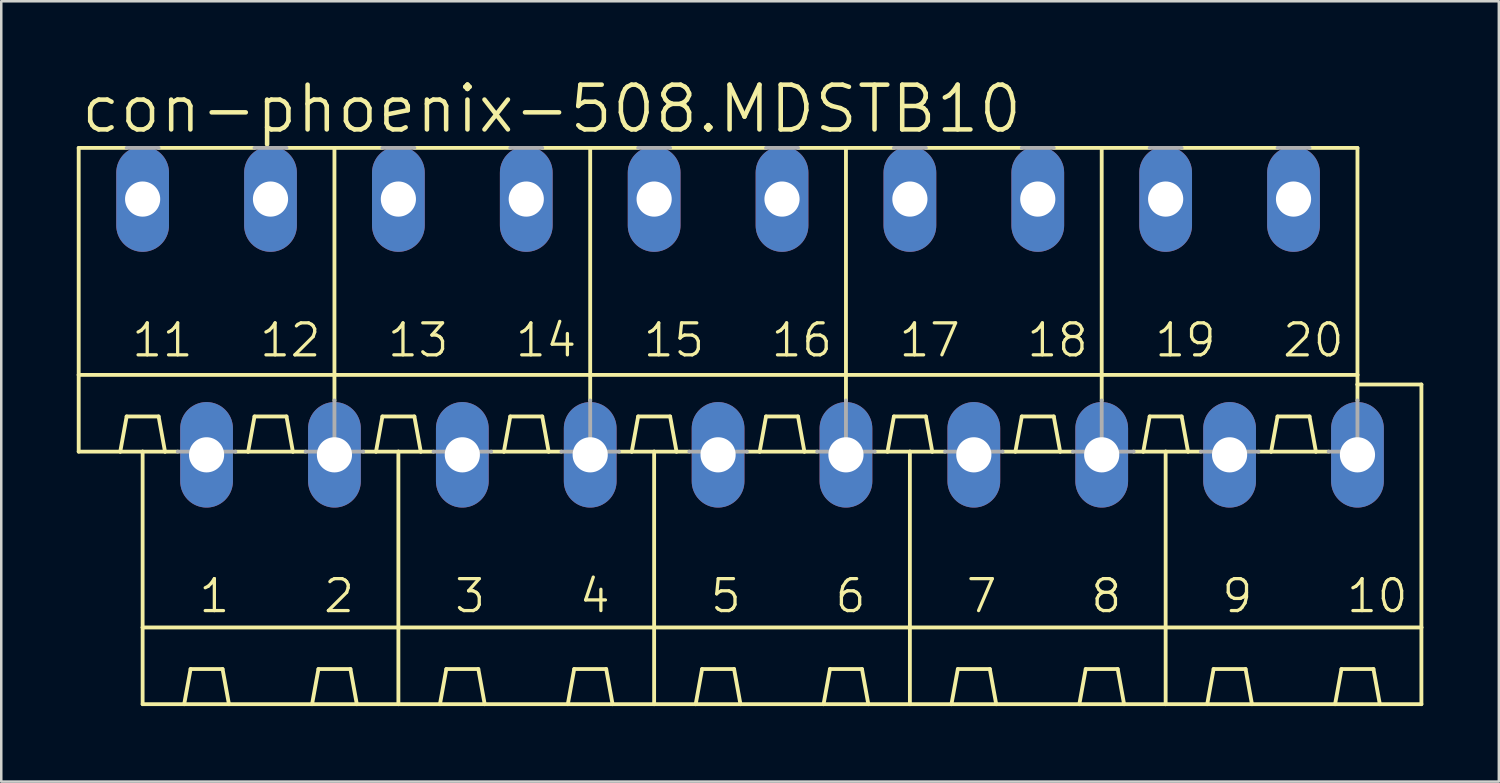
<source format=kicad_pcb>
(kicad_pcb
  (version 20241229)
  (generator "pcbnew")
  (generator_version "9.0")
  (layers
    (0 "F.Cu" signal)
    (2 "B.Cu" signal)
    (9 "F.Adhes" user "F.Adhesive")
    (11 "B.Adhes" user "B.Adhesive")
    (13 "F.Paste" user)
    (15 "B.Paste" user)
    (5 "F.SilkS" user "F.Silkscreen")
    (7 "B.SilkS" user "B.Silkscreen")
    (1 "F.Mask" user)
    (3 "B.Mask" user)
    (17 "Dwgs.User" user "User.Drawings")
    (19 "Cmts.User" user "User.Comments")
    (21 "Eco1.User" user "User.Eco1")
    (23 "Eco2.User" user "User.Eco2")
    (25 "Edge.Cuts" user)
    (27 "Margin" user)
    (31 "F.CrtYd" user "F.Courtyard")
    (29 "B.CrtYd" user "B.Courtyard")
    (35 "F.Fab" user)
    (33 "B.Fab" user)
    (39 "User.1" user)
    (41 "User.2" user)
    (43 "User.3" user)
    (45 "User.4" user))
  (footprint "con-phoenix-508.MDSTB10"
    (layer "F.Cu")
    (at 26.746 9.938)
    (property "Reference" "con-phoenix-508.MDSTB10" (at -26.67 -7.62 0) (layer "F.SilkS") (effects (font (size 1.778 1.778) (thickness 0.18)) (justify left bottom)))
    (attr through_hole)
    (fp_line (start -26.67 -7.112) (end -26.67 1.905) (stroke (width 0.152) (type default)) (layer "F.SilkS"))
    (fp_line (start -26.67 -7.112) (end -24.765 -7.112) (stroke (width 0.152) (type default)) (layer "F.SilkS"))
    (fp_line (start -26.67 1.905) (end -26.67 4.953) (stroke (width 0.152) (type default)) (layer "F.SilkS"))
    (fp_line (start -26.67 1.905) (end -16.51 1.905) (stroke (width 0.152) (type default)) (layer "F.SilkS"))
    (fp_line (start -26.67 4.953) (end -25.019 4.953) (stroke (width 0.152) (type default)) (layer "F.SilkS"))
    (fp_line (start -25.019 4.953) (end -24.765 3.556) (stroke (width 0.152) (type default)) (layer "F.SilkS"))
    (fp_line (start -25.019 4.953) (end -24.13 4.953) (stroke (width 0.152) (type default)) (layer "F.SilkS"))
    (fp_line (start -24.765 3.556) (end -23.495 3.556) (stroke (width 0.152) (type default)) (layer "F.SilkS"))
    (fp_line (start -24.13 4.953) (end -23.241 4.953) (stroke (width 0.152) (type default)) (layer "F.SilkS"))
    (fp_line (start -24.13 11.938) (end -24.13 4.953) (stroke (width 0.152) (type default)) (layer "F.SilkS"))
    (fp_line (start -24.13 11.938) (end -13.97 11.938) (stroke (width 0.152) (type default)) (layer "F.SilkS"))
    (fp_line (start -24.13 14.986) (end -24.13 11.938) (stroke (width 0.152) (type default)) (layer "F.SilkS"))
    (fp_line (start -24.13 14.986) (end -22.479 14.986) (stroke (width 0.152) (type default)) (layer "F.SilkS"))
    (fp_line (start -23.495 -7.112) (end -19.685 -7.112) (stroke (width 0.152) (type default)) (layer "F.SilkS"))
    (fp_line (start -23.495 3.556) (end -23.241 4.953) (stroke (width 0.152) (type default)) (layer "F.SilkS"))
    (fp_line (start -22.733 4.953) (end -23.241 4.953) (stroke (width 0.152) (type default)) (layer "F.SilkS"))
    (fp_line (start -22.479 14.986) (end -22.225 13.589) (stroke (width 0.152) (type default)) (layer "F.SilkS"))
    (fp_line (start -22.479 14.986) (end -20.701 14.986) (stroke (width 0.152) (type default)) (layer "F.SilkS"))
    (fp_line (start -22.225 13.589) (end -20.955 13.589) (stroke (width 0.152) (type default)) (layer "F.SilkS"))
    (fp_line (start -20.955 13.589) (end -20.701 14.986) (stroke (width 0.152) (type default)) (layer "F.SilkS"))
    (fp_line (start -20.701 14.986) (end -17.399 14.986) (stroke (width 0.152) (type default)) (layer "F.SilkS"))
    (fp_line (start -19.939 4.953) (end -20.447 4.953) (stroke (width 0.152) (type default)) (layer "F.SilkS"))
    (fp_line (start -19.939 4.953) (end -19.685 3.556) (stroke (width 0.152) (type default)) (layer "F.SilkS"))
    (fp_line (start -19.939 4.953) (end -18.161 4.953) (stroke (width 0.152) (type default)) (layer "F.SilkS"))
    (fp_line (start -19.685 3.556) (end -18.415 3.556) (stroke (width 0.152) (type default)) (layer "F.SilkS"))
    (fp_line (start -18.415 -7.112) (end -16.51 -7.112) (stroke (width 0.152) (type default)) (layer "F.SilkS"))
    (fp_line (start -18.415 3.556) (end -18.161 4.953) (stroke (width 0.152) (type default)) (layer "F.SilkS"))
    (fp_line (start -18.161 4.953) (end -17.653 4.953) (stroke (width 0.152) (type default)) (layer "F.SilkS"))
    (fp_line (start -17.399 14.986) (end -17.145 13.589) (stroke (width 0.152) (type default)) (layer "F.SilkS"))
    (fp_line (start -17.399 14.986) (end -15.621 14.986) (stroke (width 0.152) (type default)) (layer "F.SilkS"))
    (fp_line (start -17.145 13.589) (end -15.875 13.589) (stroke (width 0.152) (type default)) (layer "F.SilkS"))
    (fp_line (start -16.51 -7.112) (end -16.51 1.905) (stroke (width 0.152) (type default)) (layer "F.SilkS"))
    (fp_line (start -16.51 -7.112) (end -14.605 -7.112) (stroke (width 0.152) (type default)) (layer "F.SilkS"))
    (fp_line (start -16.51 1.905) (end -16.51 2.921) (stroke (width 0.152) (type default)) (layer "F.SilkS"))
    (fp_line (start -16.51 1.905) (end -6.35 1.905) (stroke (width 0.152) (type default)) (layer "F.SilkS"))
    (fp_line (start -15.875 13.589) (end -15.621 14.986) (stroke (width 0.152) (type default)) (layer "F.SilkS"))
    (fp_line (start -15.621 14.986) (end -13.97 14.986) (stroke (width 0.152) (type default)) (layer "F.SilkS"))
    (fp_line (start -14.859 4.953) (end -15.367 4.953) (stroke (width 0.152) (type default)) (layer "F.SilkS"))
    (fp_line (start -14.859 4.953) (end -14.605 3.556) (stroke (width 0.152) (type default)) (layer "F.SilkS"))
    (fp_line (start -14.859 4.953) (end -13.97 4.953) (stroke (width 0.152) (type default)) (layer "F.SilkS"))
    (fp_line (start -14.605 3.556) (end -13.335 3.556) (stroke (width 0.152) (type default)) (layer "F.SilkS"))
    (fp_line (start -13.97 4.953) (end -13.081 4.953) (stroke (width 0.152) (type default)) (layer "F.SilkS"))
    (fp_line (start -13.97 11.938) (end -13.97 4.953) (stroke (width 0.152) (type default)) (layer "F.SilkS"))
    (fp_line (start -13.97 11.938) (end -3.81 11.938) (stroke (width 0.152) (type default)) (layer "F.SilkS"))
    (fp_line (start -13.97 14.986) (end -13.97 11.938) (stroke (width 0.152) (type default)) (layer "F.SilkS"))
    (fp_line (start -13.97 14.986) (end -12.319 14.986) (stroke (width 0.152) (type default)) (layer "F.SilkS"))
    (fp_line (start -13.335 -7.112) (end -9.525 -7.112) (stroke (width 0.152) (type default)) (layer "F.SilkS"))
    (fp_line (start -13.335 3.556) (end -13.081 4.953) (stroke (width 0.152) (type default)) (layer "F.SilkS"))
    (fp_line (start -12.573 4.953) (end -13.081 4.953) (stroke (width 0.152) (type default)) (layer "F.SilkS"))
    (fp_line (start -12.319 14.986) (end -12.065 13.589) (stroke (width 0.152) (type default)) (layer "F.SilkS"))
    (fp_line (start -12.319 14.986) (end -10.541 14.986) (stroke (width 0.152) (type default)) (layer "F.SilkS"))
    (fp_line (start -12.065 13.589) (end -10.795 13.589) (stroke (width 0.152) (type default)) (layer "F.SilkS"))
    (fp_line (start -10.795 13.589) (end -10.541 14.986) (stroke (width 0.152) (type default)) (layer "F.SilkS"))
    (fp_line (start -10.541 14.986) (end -7.239 14.986) (stroke (width 0.152) (type default)) (layer "F.SilkS"))
    (fp_line (start -9.779 4.953) (end -10.287 4.953) (stroke (width 0.152) (type default)) (layer "F.SilkS"))
    (fp_line (start -9.779 4.953) (end -9.525 3.556) (stroke (width 0.152) (type default)) (layer "F.SilkS"))
    (fp_line (start -9.779 4.953) (end -8.001 4.953) (stroke (width 0.152) (type default)) (layer "F.SilkS"))
    (fp_line (start -9.525 3.556) (end -8.255 3.556) (stroke (width 0.152) (type default)) (layer "F.SilkS"))
    (fp_line (start -8.255 -7.112) (end -6.35 -7.112) (stroke (width 0.152) (type default)) (layer "F.SilkS"))
    (fp_line (start -8.255 3.556) (end -8.001 4.953) (stroke (width 0.152) (type default)) (layer "F.SilkS"))
    (fp_line (start -8.001 4.953) (end -7.493 4.953) (stroke (width 0.152) (type default)) (layer "F.SilkS"))
    (fp_line (start -7.239 14.986) (end -6.985 13.589) (stroke (width 0.152) (type default)) (layer "F.SilkS"))
    (fp_line (start -7.239 14.986) (end -5.461 14.986) (stroke (width 0.152) (type default)) (layer "F.SilkS"))
    (fp_line (start -6.985 13.589) (end -5.715 13.589) (stroke (width 0.152) (type default)) (layer "F.SilkS"))
    (fp_line (start -6.35 -7.112) (end -6.35 1.905) (stroke (width 0.152) (type default)) (layer "F.SilkS"))
    (fp_line (start -6.35 -7.112) (end -4.445 -7.112) (stroke (width 0.152) (type default)) (layer "F.SilkS"))
    (fp_line (start -6.35 1.905) (end -6.35 2.921) (stroke (width 0.152) (type default)) (layer "F.SilkS"))
    (fp_line (start -6.35 1.905) (end 3.81 1.905) (stroke (width 0.152) (type default)) (layer "F.SilkS"))
    (fp_line (start -5.715 13.589) (end -5.461 14.986) (stroke (width 0.152) (type default)) (layer "F.SilkS"))
    (fp_line (start -5.461 14.986) (end -3.81 14.986) (stroke (width 0.152) (type default)) (layer "F.SilkS"))
    (fp_line (start -5.207 4.953) (end -4.699 4.953) (stroke (width 0.152) (type default)) (layer "F.SilkS"))
    (fp_line (start -4.699 4.953) (end -4.445 3.556) (stroke (width 0.152) (type default)) (layer "F.SilkS"))
    (fp_line (start -4.699 4.953) (end -3.81 4.953) (stroke (width 0.152) (type default)) (layer "F.SilkS"))
    (fp_line (start -4.445 3.556) (end -3.175 3.556) (stroke (width 0.152) (type default)) (layer "F.SilkS"))
    (fp_line (start -3.81 4.953) (end -2.921 4.953) (stroke (width 0.152) (type default)) (layer "F.SilkS"))
    (fp_line (start -3.81 11.938) (end -3.81 4.953) (stroke (width 0.152) (type default)) (layer "F.SilkS"))
    (fp_line (start -3.81 11.938) (end 6.35 11.938) (stroke (width 0.152) (type default)) (layer "F.SilkS"))
    (fp_line (start -3.81 14.986) (end -3.81 11.938) (stroke (width 0.152) (type default)) (layer "F.SilkS"))
    (fp_line (start -3.81 14.986) (end -2.159 14.986) (stroke (width 0.152) (type default)) (layer "F.SilkS"))
    (fp_line (start -3.175 -7.112) (end 0.635 -7.112) (stroke (width 0.152) (type default)) (layer "F.SilkS"))
    (fp_line (start -3.175 3.556) (end -2.921 4.953) (stroke (width 0.152) (type default)) (layer "F.SilkS"))
    (fp_line (start -2.413 4.953) (end -2.921 4.953) (stroke (width 0.152) (type default)) (layer "F.SilkS"))
    (fp_line (start -2.159 14.986) (end -1.905 13.589) (stroke (width 0.152) (type default)) (layer "F.SilkS"))
    (fp_line (start -2.159 14.986) (end -0.381 14.986) (stroke (width 0.152) (type default)) (layer "F.SilkS"))
    (fp_line (start -1.905 13.589) (end -0.635 13.589) (stroke (width 0.152) (type default)) (layer "F.SilkS"))
    (fp_line (start -0.635 13.589) (end -0.381 14.986) (stroke (width 0.152) (type default)) (layer "F.SilkS"))
    (fp_line (start -0.381 14.986) (end 2.921 14.986) (stroke (width 0.152) (type default)) (layer "F.SilkS"))
    (fp_line (start 0.381 4.953) (end -0.127 4.953) (stroke (width 0.152) (type default)) (layer "F.SilkS"))
    (fp_line (start 0.381 4.953) (end 0.635 3.556) (stroke (width 0.152) (type default)) (layer "F.SilkS"))
    (fp_line (start 0.381 4.953) (end 2.159 4.953) (stroke (width 0.152) (type default)) (layer "F.SilkS"))
    (fp_line (start 0.635 3.556) (end 1.905 3.556) (stroke (width 0.152) (type default)) (layer "F.SilkS"))
    (fp_line (start 1.905 -7.112) (end 3.81 -7.112) (stroke (width 0.152) (type default)) (layer "F.SilkS"))
    (fp_line (start 1.905 3.556) (end 2.159 4.953) (stroke (width 0.152) (type default)) (layer "F.SilkS"))
    (fp_line (start 2.159 4.953) (end 2.667 4.953) (stroke (width 0.152) (type default)) (layer "F.SilkS"))
    (fp_line (start 2.921 14.986) (end 3.175 13.589) (stroke (width 0.152) (type default)) (layer "F.SilkS"))
    (fp_line (start 2.921 14.986) (end 4.699 14.986) (stroke (width 0.152) (type default)) (layer "F.SilkS"))
    (fp_line (start 3.175 13.589) (end 4.445 13.589) (stroke (width 0.152) (type default)) (layer "F.SilkS"))
    (fp_line (start 3.81 -7.112) (end 3.81 1.905) (stroke (width 0.152) (type default)) (layer "F.SilkS"))
    (fp_line (start 3.81 -7.112) (end 5.715 -7.112) (stroke (width 0.152) (type default)) (layer "F.SilkS"))
    (fp_line (start 3.81 1.905) (end 3.81 2.921) (stroke (width 0.152) (type default)) (layer "F.SilkS"))
    (fp_line (start 3.81 1.905) (end 13.97 1.905) (stroke (width 0.152) (type default)) (layer "F.SilkS"))
    (fp_line (start 4.445 13.589) (end 4.699 14.986) (stroke (width 0.152) (type default)) (layer "F.SilkS"))
    (fp_line (start 4.699 14.986) (end 6.35 14.986) (stroke (width 0.152) (type default)) (layer "F.SilkS"))
    (fp_line (start 4.953 4.953) (end 5.461 4.953) (stroke (width 0.152) (type default)) (layer "F.SilkS"))
    (fp_line (start 5.461 4.953) (end 5.715 3.556) (stroke (width 0.152) (type default)) (layer "F.SilkS"))
    (fp_line (start 5.461 4.953) (end 6.35 4.953) (stroke (width 0.152) (type default)) (layer "F.SilkS"))
    (fp_line (start 5.715 3.556) (end 6.985 3.556) (stroke (width 0.152) (type default)) (layer "F.SilkS"))
    (fp_line (start 6.35 4.953) (end 7.239 4.953) (stroke (width 0.152) (type default)) (layer "F.SilkS"))
    (fp_line (start 6.35 11.938) (end 6.35 4.953) (stroke (width 0.152) (type default)) (layer "F.SilkS"))
    (fp_line (start 6.35 11.938) (end 16.51 11.938) (stroke (width 0.152) (type default)) (layer "F.SilkS"))
    (fp_line (start 6.35 14.986) (end 6.35 11.938) (stroke (width 0.152) (type default)) (layer "F.SilkS"))
    (fp_line (start 6.35 14.986) (end 8.001 14.986) (stroke (width 0.152) (type default)) (layer "F.SilkS"))
    (fp_line (start 6.985 -7.112) (end 10.795 -7.112) (stroke (width 0.152) (type default)) (layer "F.SilkS"))
    (fp_line (start 6.985 3.556) (end 7.239 4.953) (stroke (width 0.152) (type default)) (layer "F.SilkS"))
    (fp_line (start 7.747 4.953) (end 7.239 4.953) (stroke (width 0.152) (type default)) (layer "F.SilkS"))
    (fp_line (start 8.001 14.986) (end 8.255 13.589) (stroke (width 0.152) (type default)) (layer "F.SilkS"))
    (fp_line (start 8.001 14.986) (end 9.779 14.986) (stroke (width 0.152) (type default)) (layer "F.SilkS"))
    (fp_line (start 8.255 13.589) (end 9.525 13.589) (stroke (width 0.152) (type default)) (layer "F.SilkS"))
    (fp_line (start 9.525 13.589) (end 9.779 14.986) (stroke (width 0.152) (type default)) (layer "F.SilkS"))
    (fp_line (start 9.779 14.986) (end 13.081 14.986) (stroke (width 0.152) (type default)) (layer "F.SilkS"))
    (fp_line (start 10.541 4.953) (end 10.033 4.953) (stroke (width 0.152) (type default)) (layer "F.SilkS"))
    (fp_line (start 10.541 4.953) (end 10.795 3.556) (stroke (width 0.152) (type default)) (layer "F.SilkS"))
    (fp_line (start 10.541 4.953) (end 12.319 4.953) (stroke (width 0.152) (type default)) (layer "F.SilkS"))
    (fp_line (start 10.795 3.556) (end 12.065 3.556) (stroke (width 0.152) (type default)) (layer "F.SilkS"))
    (fp_line (start 12.065 -7.112) (end 13.97 -7.112) (stroke (width 0.152) (type default)) (layer "F.SilkS"))
    (fp_line (start 12.065 3.556) (end 12.319 4.953) (stroke (width 0.152) (type default)) (layer "F.SilkS"))
    (fp_line (start 12.319 4.953) (end 12.827 4.953) (stroke (width 0.152) (type default)) (layer "F.SilkS"))
    (fp_line (start 13.081 14.986) (end 13.335 13.589) (stroke (width 0.152) (type default)) (layer "F.SilkS"))
    (fp_line (start 13.081 14.986) (end 14.859 14.986) (stroke (width 0.152) (type default)) (layer "F.SilkS"))
    (fp_line (start 13.335 13.589) (end 14.605 13.589) (stroke (width 0.152) (type default)) (layer "F.SilkS"))
    (fp_line (start 13.97 -7.112) (end 13.97 1.905) (stroke (width 0.152) (type default)) (layer "F.SilkS"))
    (fp_line (start 13.97 -7.112) (end 15.875 -7.112) (stroke (width 0.152) (type default)) (layer "F.SilkS"))
    (fp_line (start 13.97 1.905) (end 13.97 2.921) (stroke (width 0.152) (type default)) (layer "F.SilkS"))
    (fp_line (start 13.97 1.905) (end 24.13 1.905) (stroke (width 0.152) (type default)) (layer "F.SilkS"))
    (fp_line (start 14.605 13.589) (end 14.859 14.986) (stroke (width 0.152) (type default)) (layer "F.SilkS"))
    (fp_line (start 14.859 14.986) (end 16.51 14.986) (stroke (width 0.152) (type default)) (layer "F.SilkS"))
    (fp_line (start 15.24 4.953) (end 15.621 4.953) (stroke (width 0.152) (type default)) (layer "F.SilkS"))
    (fp_line (start 15.621 4.953) (end 15.875 3.556) (stroke (width 0.152) (type default)) (layer "F.SilkS"))
    (fp_line (start 15.621 4.953) (end 16.51 4.953) (stroke (width 0.152) (type default)) (layer "F.SilkS"))
    (fp_line (start 15.875 3.556) (end 17.145 3.556) (stroke (width 0.152) (type default)) (layer "F.SilkS"))
    (fp_line (start 16.51 4.953) (end 16.51 11.938) (stroke (width 0.152) (type default)) (layer "F.SilkS"))
    (fp_line (start 16.51 4.953) (end 17.399 4.953) (stroke (width 0.152) (type default)) (layer "F.SilkS"))
    (fp_line (start 16.51 11.938) (end 26.67 11.938) (stroke (width 0.152) (type default)) (layer "F.SilkS"))
    (fp_line (start 16.51 14.986) (end 16.51 11.938) (stroke (width 0.152) (type default)) (layer "F.SilkS"))
    (fp_line (start 16.51 14.986) (end 18.161 14.986) (stroke (width 0.152) (type default)) (layer "F.SilkS"))
    (fp_line (start 17.145 -7.112) (end 20.955 -7.112) (stroke (width 0.152) (type default)) (layer "F.SilkS"))
    (fp_line (start 17.145 3.556) (end 17.399 4.953) (stroke (width 0.152) (type default)) (layer "F.SilkS"))
    (fp_line (start 17.907 4.953) (end 17.399 4.953) (stroke (width 0.152) (type default)) (layer "F.SilkS"))
    (fp_line (start 18.161 14.986) (end 18.415 13.589) (stroke (width 0.152) (type default)) (layer "F.SilkS"))
    (fp_line (start 18.161 14.986) (end 19.939 14.986) (stroke (width 0.152) (type default)) (layer "F.SilkS"))
    (fp_line (start 18.415 13.589) (end 19.685 13.589) (stroke (width 0.152) (type default)) (layer "F.SilkS"))
    (fp_line (start 19.685 13.589) (end 19.939 14.986) (stroke (width 0.152) (type default)) (layer "F.SilkS"))
    (fp_line (start 19.939 14.986) (end 23.241 14.986) (stroke (width 0.152) (type default)) (layer "F.SilkS"))
    (fp_line (start 20.701 4.953) (end 20.193 4.953) (stroke (width 0.152) (type default)) (layer "F.SilkS"))
    (fp_line (start 20.701 4.953) (end 20.955 3.556) (stroke (width 0.152) (type default)) (layer "F.SilkS"))
    (fp_line (start 20.701 4.953) (end 22.479 4.953) (stroke (width 0.152) (type default)) (layer "F.SilkS"))
    (fp_line (start 20.955 3.556) (end 22.225 3.556) (stroke (width 0.152) (type default)) (layer "F.SilkS"))
    (fp_line (start 22.225 -7.112) (end 24.13 -7.112) (stroke (width 0.152) (type default)) (layer "F.SilkS"))
    (fp_line (start 22.225 3.556) (end 22.479 4.953) (stroke (width 0.152) (type default)) (layer "F.SilkS"))
    (fp_line (start 22.479 4.953) (end 22.987 4.953) (stroke (width 0.152) (type default)) (layer "F.SilkS"))
    (fp_line (start 23.241 14.986) (end 23.495 13.589) (stroke (width 0.152) (type default)) (layer "F.SilkS"))
    (fp_line (start 23.241 14.986) (end 25.019 14.986) (stroke (width 0.152) (type default)) (layer "F.SilkS"))
    (fp_line (start 23.495 13.589) (end 24.765 13.589) (stroke (width 0.152) (type default)) (layer "F.SilkS"))
    (fp_line (start 24.13 -7.112) (end 24.13 1.905) (stroke (width 0.152) (type default)) (layer "F.SilkS"))
    (fp_line (start 24.13 1.905) (end 24.13 2.286) (stroke (width 0.152) (type default)) (layer "F.SilkS"))
    (fp_line (start 24.13 2.286) (end 24.13 2.921) (stroke (width 0.152) (type default)) (layer "F.SilkS"))
    (fp_line (start 24.765 13.589) (end 25.019 14.986) (stroke (width 0.152) (type default)) (layer "F.SilkS"))
    (fp_line (start 25.019 14.986) (end 26.67 14.986) (stroke (width 0.152) (type default)) (layer "F.SilkS"))
    (fp_line (start 26.67 2.286) (end 24.13 2.286) (stroke (width 0.152) (type default)) (layer "F.SilkS"))
    (fp_line (start 26.67 2.286) (end 26.67 11.938) (stroke (width 0.152) (type default)) (layer "F.SilkS"))
    (fp_line (start 26.67 11.938) (end 26.67 14.986) (stroke (width 0.152) (type default)) (layer "F.SilkS"))
    (fp_line (start -24.765 -7.112) (end -23.495 -7.112) (stroke (width 0.152) (type default)) (layer "F.Fab"))
    (fp_line (start -22.733 4.953) (end -20.447 4.953) (stroke (width 0.152) (type default)) (layer "F.Fab"))
    (fp_line (start -19.685 -7.112) (end -18.415 -7.112) (stroke (width 0.152) (type default)) (layer "F.Fab"))
    (fp_line (start -17.653 4.953) (end -16.51 4.953) (stroke (width 0.152) (type default)) (layer "F.Fab"))
    (fp_line (start -16.51 2.921) (end -16.51 4.953) (stroke (width 0.152) (type default)) (layer "F.Fab"))
    (fp_line (start -15.367 4.953) (end -16.51 4.953) (stroke (width 0.152) (type default)) (layer "F.Fab"))
    (fp_line (start -14.605 -7.112) (end -13.335 -7.112) (stroke (width 0.152) (type default)) (layer "F.Fab"))
    (fp_line (start -12.573 4.953) (end -10.287 4.953) (stroke (width 0.152) (type default)) (layer "F.Fab"))
    (fp_line (start -9.525 -7.112) (end -8.255 -7.112) (stroke (width 0.152) (type default)) (layer "F.Fab"))
    (fp_line (start -7.493 4.953) (end -6.35 4.953) (stroke (width 0.152) (type default)) (layer "F.Fab"))
    (fp_line (start -6.35 2.921) (end -6.35 4.953) (stroke (width 0.152) (type default)) (layer "F.Fab"))
    (fp_line (start -6.35 4.953) (end -5.207 4.953) (stroke (width 0.152) (type default)) (layer "F.Fab"))
    (fp_line (start -4.445 -7.112) (end -3.175 -7.112) (stroke (width 0.152) (type default)) (layer "F.Fab"))
    (fp_line (start -2.413 4.953) (end -0.127 4.953) (stroke (width 0.152) (type default)) (layer "F.Fab"))
    (fp_line (start 0.635 -7.112) (end 1.905 -7.112) (stroke (width 0.152) (type default)) (layer "F.Fab"))
    (fp_line (start 2.667 4.953) (end 3.81 4.953) (stroke (width 0.152) (type default)) (layer "F.Fab"))
    (fp_line (start 3.81 2.921) (end 3.81 4.953) (stroke (width 0.152) (type default)) (layer "F.Fab"))
    (fp_line (start 3.81 4.953) (end 4.953 4.953) (stroke (width 0.152) (type default)) (layer "F.Fab"))
    (fp_line (start 5.715 -7.112) (end 6.985 -7.112) (stroke (width 0.152) (type default)) (layer "F.Fab"))
    (fp_line (start 7.747 4.953) (end 10.033 4.953) (stroke (width 0.152) (type default)) (layer "F.Fab"))
    (fp_line (start 10.795 -7.112) (end 12.065 -7.112) (stroke (width 0.152) (type default)) (layer "F.Fab"))
    (fp_line (start 12.827 4.953) (end 13.97 4.953) (stroke (width 0.152) (type default)) (layer "F.Fab"))
    (fp_line (start 13.97 2.921) (end 13.97 4.953) (stroke (width 0.152) (type default)) (layer "F.Fab"))
    (fp_line (start 13.97 4.953) (end 15.24 4.953) (stroke (width 0.152) (type default)) (layer "F.Fab"))
    (fp_line (start 15.875 -7.112) (end 17.145 -7.112) (stroke (width 0.152) (type default)) (layer "F.Fab"))
    (fp_line (start 17.907 4.953) (end 20.193 4.953) (stroke (width 0.152) (type default)) (layer "F.Fab"))
    (fp_line (start 20.955 -7.112) (end 22.225 -7.112) (stroke (width 0.152) (type default)) (layer "F.Fab"))
    (fp_line (start 22.987 4.953) (end 24.13 4.953) (stroke (width 0.152) (type default)) (layer "F.Fab"))
    (fp_line (start 24.13 2.921) (end 24.13 4.953) (stroke (width 0.152) (type default)) (layer "F.Fab"))
    (fp_text user "18" (at 10.922 1.27 0) (layer "F.SilkS") (effects (font (size 1.27 1.27) (thickness 0.13)) (justify left bottom)))
    (fp_text user "7" (at 8.509 11.43 0) (layer "F.SilkS") (effects (font (size 1.27 1.27) (thickness 0.13)) (justify left bottom)))
    (fp_text user "16" (at 0.762 1.27 0) (layer "F.SilkS") (effects (font (size 1.27 1.27) (thickness 0.13)) (justify left bottom)))
    (fp_text user "17" (at 5.842 1.27 0) (layer "F.SilkS") (effects (font (size 1.27 1.27) (thickness 0.13)) (justify left bottom)))
    (fp_text user "9" (at 18.669 11.43 0) (layer "F.SilkS") (effects (font (size 1.27 1.27) (thickness 0.13)) (justify left bottom)))
    (fp_text user "20" (at 21.082 1.27 0) (layer "F.SilkS") (effects (font (size 1.27 1.27) (thickness 0.13)) (justify left bottom)))
    (fp_text user "13" (at -14.478 1.27 0) (layer "F.SilkS") (effects (font (size 1.27 1.27) (thickness 0.13)) (justify left bottom)))
    (fp_text user "2" (at -17.018 11.43 0) (layer "F.SilkS") (effects (font (size 1.27 1.27) (thickness 0.13)) (justify left bottom)))
    (fp_text user "11" (at -24.638 1.27 0) (layer "F.SilkS") (effects (font (size 1.27 1.27) (thickness 0.13)) (justify left bottom)))
    (fp_text user "1" (at -21.971 11.43 0) (layer "F.SilkS") (effects (font (size 1.27 1.27) (thickness 0.13)) (justify left bottom)))
    (fp_text user "10" (at 23.622 11.43 0) (layer "F.SilkS") (effects (font (size 1.27 1.27) (thickness 0.13)) (justify left bottom)))
    (fp_text user "6" (at 3.302 11.43 0) (layer "F.SilkS") (effects (font (size 1.27 1.27) (thickness 0.13)) (justify left bottom)))
    (fp_text user "14" (at -9.398 1.27 0) (layer "F.SilkS") (effects (font (size 1.27 1.27) (thickness 0.13)) (justify left bottom)))
    (fp_text user "12" (at -19.558 1.27 0) (layer "F.SilkS") (effects (font (size 1.27 1.27) (thickness 0.13)) (justify left bottom)))
    (fp_text user "5" (at -1.651 11.43 0) (layer "F.SilkS") (effects (font (size 1.27 1.27) (thickness 0.13)) (justify left bottom)))
    (fp_text user "15" (at -4.318 1.27 0) (layer "F.SilkS") (effects (font (size 1.27 1.27) (thickness 0.13)) (justify left bottom)))
    (fp_text user "4" (at -6.858 11.43 0) (layer "F.SilkS") (effects (font (size 1.27 1.27) (thickness 0.13)) (justify left bottom)))
    (fp_text user "3" (at -11.811 11.43 0) (layer "F.SilkS") (effects (font (size 1.27 1.27) (thickness 0.13)) (justify left bottom)))
    (fp_text user "8" (at 13.462 11.43 0) (layer "F.SilkS") (effects (font (size 1.27 1.27) (thickness 0.13)) (justify left bottom)))
    (fp_text user "19" (at 16.002 1.27 0) (layer "F.SilkS") (effects (font (size 1.27 1.27) (thickness 0.13)) (justify left bottom)))
    (pad "1" thru_hole oval (at -21.59 5.08 90) (size 4.191 2.095) (drill 1.397) (layers "*.Cu" "*.Mask"))
    (pad "2" thru_hole oval (at -16.51 5.08 90) (size 4.191 2.095) (drill 1.397) (layers "*.Cu" "*.Mask"))
    (pad "3" thru_hole oval (at -11.43 5.08 90) (size 4.191 2.095) (drill 1.397) (layers "*.Cu" "*.Mask"))
    (pad "4" thru_hole oval (at -6.35 5.08 90) (size 4.191 2.095) (drill 1.397) (layers "*.Cu" "*.Mask"))
    (pad "5" thru_hole oval (at -1.27 5.08 90) (size 4.191 2.095) (drill 1.397) (layers "*.Cu" "*.Mask"))
    (pad "6" thru_hole oval (at 3.81 5.08 90) (size 4.191 2.095) (drill 1.397) (layers "*.Cu" "*.Mask"))
    (pad "7" thru_hole oval (at 8.89 5.08 90) (size 4.191 2.095) (drill 1.397) (layers "*.Cu" "*.Mask"))
    (pad "8" thru_hole oval (at 13.97 5.08 90) (size 4.191 2.095) (drill 1.397) (layers "*.Cu" "*.Mask"))
    (pad "9" thru_hole oval (at 19.05 5.08 90) (size 4.191 2.095) (drill 1.397) (layers "*.Cu" "*.Mask"))
    (pad "10" thru_hole oval (at 24.13 5.08 90) (size 4.191 2.095) (drill 1.397) (layers "*.Cu" "*.Mask"))
    (pad "11" thru_hole oval (at -24.13 -5.08 90) (size 4.191 2.095) (drill 1.397) (layers "*.Cu" "*.Mask"))
    (pad "12" thru_hole oval (at -19.05 -5.08 90) (size 4.191 2.095) (drill 1.397) (layers "*.Cu" "*.Mask"))
    (pad "13" thru_hole oval (at -13.97 -5.08 90) (size 4.191 2.095) (drill 1.397) (layers "*.Cu" "*.Mask"))
    (pad "14" thru_hole oval (at -8.89 -5.08 90) (size 4.191 2.095) (drill 1.397) (layers "*.Cu" "*.Mask"))
    (pad "15" thru_hole oval (at -3.81 -5.08 90) (size 4.191 2.095) (drill 1.397) (layers "*.Cu" "*.Mask"))
    (pad "16" thru_hole oval (at 1.27 -5.08 90) (size 4.191 2.095) (drill 1.397) (layers "*.Cu" "*.Mask"))
    (pad "17" thru_hole oval (at 6.35 -5.08 90) (size 4.191 2.095) (drill 1.397) (layers "*.Cu" "*.Mask"))
    (pad "18" thru_hole oval (at 11.43 -5.08 90) (size 4.191 2.095) (drill 1.397) (layers "*.Cu" "*.Mask"))
    (pad "19" thru_hole oval (at 16.51 -5.08 90) (size 4.191 2.095) (drill 1.397) (layers "*.Cu" "*.Mask"))
    (pad "20" thru_hole oval (at 21.59 -5.08 90) (size 4.191 2.095) (drill 1.397) (layers "*.Cu" "*.Mask")))
  (gr_rect
    (start -3 -3)
    (end 56.492 28)
    (stroke (width 0.1) (type default))
    (fill no)
    (layer "Edge.Cuts")))
</source>
